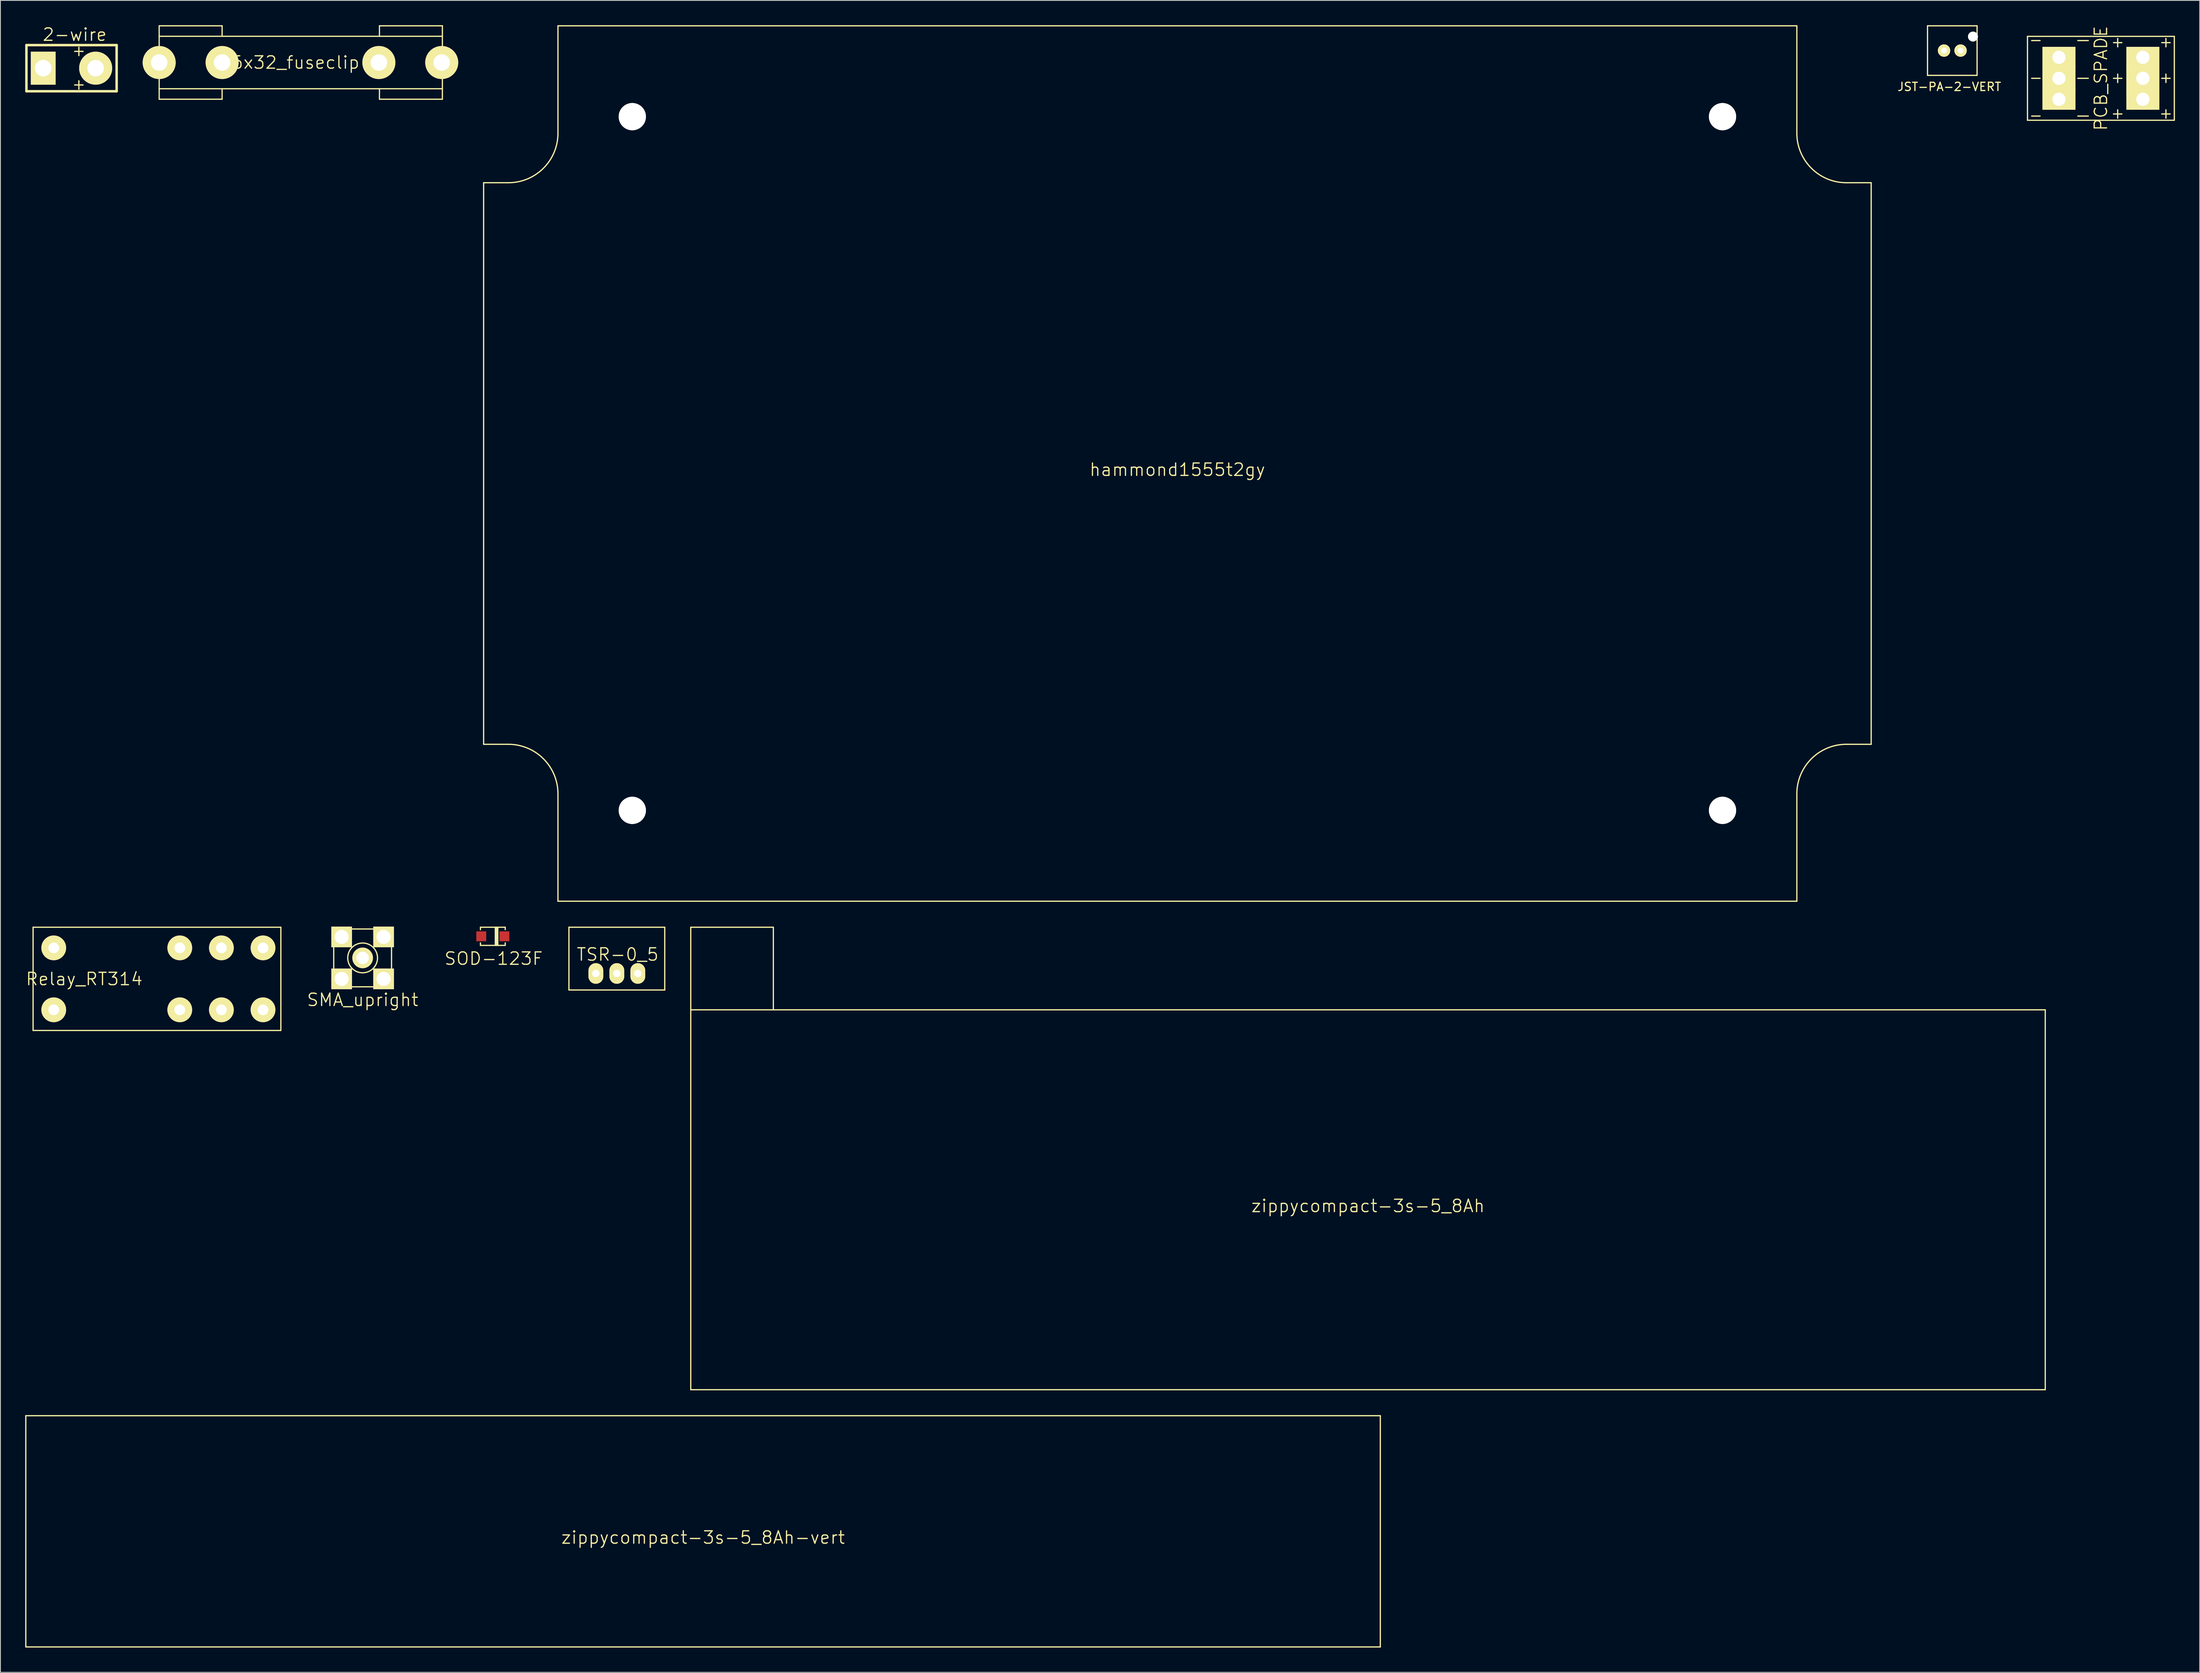
<source format=kicad_pcb>
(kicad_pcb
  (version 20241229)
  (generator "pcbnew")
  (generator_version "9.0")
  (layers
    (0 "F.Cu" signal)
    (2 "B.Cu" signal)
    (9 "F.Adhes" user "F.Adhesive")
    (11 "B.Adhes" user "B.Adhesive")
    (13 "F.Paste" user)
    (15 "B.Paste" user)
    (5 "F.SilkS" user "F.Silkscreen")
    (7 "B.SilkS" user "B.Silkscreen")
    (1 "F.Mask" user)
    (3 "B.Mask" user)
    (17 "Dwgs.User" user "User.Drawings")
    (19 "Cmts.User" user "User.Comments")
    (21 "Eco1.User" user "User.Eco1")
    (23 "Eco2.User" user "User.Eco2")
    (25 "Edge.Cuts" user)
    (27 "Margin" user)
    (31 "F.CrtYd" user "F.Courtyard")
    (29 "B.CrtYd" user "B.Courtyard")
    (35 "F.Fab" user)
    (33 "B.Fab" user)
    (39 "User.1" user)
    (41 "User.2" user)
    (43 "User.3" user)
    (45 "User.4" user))
  (footprint "hammond1555t2gy"
    (layer "F.Cu")
    (at 139.507 53.075)
    (property "Reference" "hammond1555t2gy" (at 0 0.75 0) (layer "F.SilkS") (effects (font (size 1.5 1.5) (thickness 0.15))))
    (attr through_hole)
    (fp_line (start -84 -34) (end -84 34) (stroke (width 0.15) (type solid)) (layer "F.SilkS"))
    (fp_line (start -84 34) (end -81 34) (stroke (width 0.15) (type solid)) (layer "F.SilkS"))
    (fp_line (start -81 -34) (end -84 -34) (stroke (width 0.15) (type solid)) (layer "F.SilkS"))
    (fp_line (start -75 -53) (end -75 -40) (stroke (width 0.15) (type solid)) (layer "F.SilkS"))
    (fp_line (start -75 40) (end -75 53) (stroke (width 0.15) (type solid)) (layer "F.SilkS"))
    (fp_line (start -75 53) (end 75 53) (stroke (width 0.15) (type solid)) (layer "F.SilkS"))
    (fp_line (start 75 -53) (end -75 -53) (stroke (width 0.15) (type solid)) (layer "F.SilkS"))
    (fp_line (start 75 -40) (end 75 -53) (stroke (width 0.15) (type solid)) (layer "F.SilkS"))
    (fp_line (start 75 40) (end 75 53) (stroke (width 0.15) (type solid)) (layer "F.SilkS"))
    (fp_line (start 81 -34) (end 84 -34) (stroke (width 0.15) (type solid)) (layer "F.SilkS"))
    (fp_line (start 81 34) (end 84 34) (stroke (width 0.15) (type solid)) (layer "F.SilkS"))
    (fp_line (start 84 34) (end 84 -34) (stroke (width 0.15) (type solid)) (layer "F.SilkS"))
    (fp_arc (start -81 34) (mid -76.757359 35.757359) (end -75 40) (stroke (width 0.15) (type solid)) (layer "F.SilkS"))
    (fp_arc (start -75 -40) (mid -76.757359 -35.757359) (end -81 -34) (stroke (width 0.15) (type solid)) (layer "F.SilkS"))
    (fp_arc (start 75 40) (mid 76.757359 35.757359) (end 81 34) (stroke (width 0.15) (type solid)) (layer "F.SilkS"))
    (fp_arc (start 81 -34) (mid 76.757359 -35.757359) (end 75 -40) (stroke (width 0.15) (type solid)) (layer "F.SilkS"))
    (pad "" np_thru_hole circle (at -66 -42) (size 3.3 3.3) (drill 3.3) (layers "*.Cu" "*.Mask" "F.SilkS"))
    (pad "" np_thru_hole circle (at -66 42) (size 3.3 3.3) (drill 3.3) (layers "*.Cu" "*.Mask" "F.SilkS"))
    (pad "" np_thru_hole circle (at 66 -42) (size 3.3 3.3) (drill 3.3) (layers "*.Cu" "*.Mask" "F.SilkS"))
    (pad "" np_thru_hole circle (at 66 42) (size 3.3 3.3) (drill 3.3) (layers "*.Cu" "*.Mask" "F.SilkS")))
  (footprint "SOD-123F"
    (layer "F.Cu")
    (at 56.621 110.325)
    (property "Reference" "SOD-123F" (at 0.1 2.7 0) (layer "F.SilkS") (effects (font (size 1.5 1.5) (thickness 0.15))))
    (attr through_hole)
    (fp_line (start -1.5 -1.1) (end 0 -1.1) (stroke (width 0.15) (type solid)) (layer "F.SilkS"))
    (fp_line (start -1.5 -0.8) (end -1.5 -1.1) (stroke (width 0.15) (type solid)) (layer "F.SilkS"))
    (fp_line (start -1.5 1.1) (end -1.5 0.8) (stroke (width 0.15) (type solid)) (layer "F.SilkS"))
    (fp_line (start 0 -1.1) (end 1.5 -1.1) (stroke (width 0.15) (type solid)) (layer "F.SilkS"))
    (fp_line (start 0.3 1.1) (end 0.3 -1.1) (stroke (width 0.15) (type solid)) (layer "F.SilkS"))
    (fp_line (start 0.4 -1.1) (end 0.4 1.1) (stroke (width 0.15) (type solid)) (layer "F.SilkS"))
    (fp_line (start 0.5 1.1) (end 0.5 -1.1) (stroke (width 0.15) (type solid)) (layer "F.SilkS"))
    (fp_line (start 0.6 -1.1) (end 0.6 1.1) (stroke (width 0.15) (type solid)) (layer "F.SilkS"))
    (fp_line (start 1.5 -1.1) (end 1.5 -0.8) (stroke (width 0.15) (type solid)) (layer "F.SilkS"))
    (fp_line (start 1.5 0.8) (end 1.5 1.1) (stroke (width 0.15) (type solid)) (layer "F.SilkS"))
    (fp_line (start 1.5 1.1) (end -1.5 1.1) (stroke (width 0.15) (type solid)) (layer "F.SilkS"))
    (pad "1" smd rect (at 1.4 0) (size 1.2 1.2) (layers "F.Cu" "F.Mask" "F.Paste"))
    (pad "2" smd rect (at -1.4 0) (size 1.2 1.2) (layers "F.Cu" "F.Mask" "F.Paste")))
  (footprint "zippycompact-3s-5_8Ah-vert"
    (layer "F.Cu")
    (at 82.075 182.375)
    (property "Reference" "zippycompact-3s-5_8Ah-vert" (at 0 0.75 0) (layer "F.SilkS") (effects (font (size 1.5 1.5) (thickness 0.15))))
    (attr through_hole)
    (fp_line (start -82 -14) (end 82 -14) (stroke (width 0.15) (type solid)) (layer "F.SilkS"))
    (fp_line (start -82 14) (end -82 -14) (stroke (width 0.15) (type solid)) (layer "F.SilkS"))
    (fp_line (start 82 -14) (end 82 14) (stroke (width 0.15) (type solid)) (layer "F.SilkS"))
    (fp_line (start 82 14) (end -82 14) (stroke (width 0.15) (type solid)) (layer "F.SilkS")))
  (footprint "zippycompact-3s-5_8Ah"
    (layer "F.Cu")
    (at 162.585 142.225)
    (property "Reference" "zippycompact-3s-5_8Ah" (at 0 0.75 0) (layer "F.SilkS") (effects (font (size 1.5 1.5) (thickness 0.15))))
    (attr through_hole)
    (fp_line (start -82 -33) (end -72 -33) (stroke (width 0.15) (type solid)) (layer "F.SilkS"))
    (fp_line (start -82 -23) (end -82 -33) (stroke (width 0.15) (type solid)) (layer "F.SilkS"))
    (fp_line (start -82 -23) (end 82 -23) (stroke (width 0.15) (type solid)) (layer "F.SilkS"))
    (fp_line (start -82 23) (end -82 -23) (stroke (width 0.15) (type solid)) (layer "F.SilkS"))
    (fp_line (start -72 -33) (end -72 -23) (stroke (width 0.15) (type solid)) (layer "F.SilkS"))
    (fp_line (start 82 -23) (end 82 23) (stroke (width 0.15) (type solid)) (layer "F.SilkS"))
    (fp_line (start 82 23) (end -82 23) (stroke (width 0.15) (type solid)) (layer "F.SilkS")))
  (footprint "SMA_upright"
    (layer "F.Cu")
    (at 40.856 112.94)
    (property "Reference" "SMA_upright" (at 0 5.08 0) (layer "F.SilkS") (effects (font (size 1.5 1.5) (thickness 0.15))))
    (attr through_hole)
    (fp_line (start -3.5 -1.25) (end -3.5 1.25) (stroke (width 0.15) (type solid)) (layer "F.SilkS"))
    (fp_line (start -1.25 -3.5) (end 1.25 -3.5) (stroke (width 0.15) (type solid)) (layer "F.SilkS"))
    (fp_line (start -1.25 3.5) (end 1.25 3.5) (stroke (width 0.15) (type solid)) (layer "F.SilkS"))
    (fp_line (start 3.5 1.25) (end 3.5 -1.25) (stroke (width 0.15) (type solid)) (layer "F.SilkS"))
    (fp_circle (center 0 0) (end 1.5 -1) (stroke (width 0.15) (type solid)) (fill no) (layer "F.SilkS"))
    (pad "1" thru_hole circle (at 0 0) (size 2.5 2.5) (drill 1.5) (layers "*.Cu" "*.Mask" "F.SilkS"))
    (pad "2" thru_hole rect (at -2.54 -2.54) (size 2.5 2.5) (drill 1.7) (layers "*.Cu" "*.Mask" "F.SilkS"))
    (pad "3" thru_hole rect (at 2.54 -2.54) (size 2.5 2.5) (drill 1.7) (layers "*.Cu" "*.Mask" "F.SilkS"))
    (pad "4" thru_hole rect (at -2.54 2.54) (size 2.5 2.5) (drill 1.7) (layers "*.Cu" "*.Mask" "F.SilkS"))
    (pad "5" thru_hole rect (at 2.54 2.54) (size 2.5 2.5) (drill 1.7) (layers "*.Cu" "*.Mask" "F.SilkS")))
  (footprint "Relay_RT314"
    (layer "F.Cu")
    (at 16.036 115.495)
    (property "Reference" "Relay_RT314" (at -8.89 0 0) (layer "F.SilkS") (effects (font (size 1.5 1.5) (thickness 0.15))))
    (attr through_hole)
    (fp_line (start -15.08 -6.27) (end 14.92 -6.27) (stroke (width 0.15) (type solid)) (layer "F.SilkS"))
    (fp_line (start -15.08 6.23) (end -15.08 -6.27) (stroke (width 0.15) (type solid)) (layer "F.SilkS"))
    (fp_line (start 14.92 -6.27) (end 14.92 6.23) (stroke (width 0.15) (type solid)) (layer "F.SilkS"))
    (fp_line (start 14.92 6.23) (end -15.08 6.23) (stroke (width 0.15) (type solid)) (layer "F.SilkS"))
    (pad "" thru_hole circle (at 2.68 -3.77) (size 3 3) (drill 1.3) (layers "*.Cu" "*.Mask" "F.SilkS"))
    (pad "" thru_hole circle (at 2.68 3.73) (size 3 3) (drill 1.3) (layers "*.Cu" "*.Mask" "F.SilkS"))
    (pad "1" thru_hole circle (at -12.58 3.73) (size 3 3) (drill 1.3) (layers "*.Cu" "*.Mask" "F.SilkS"))
    (pad "2" thru_hole circle (at -12.58 -3.77) (size 3 3) (drill 1.3) (layers "*.Cu" "*.Mask" "F.SilkS"))
    (pad "3" thru_hole circle (at 7.72 -3.77) (size 3 3) (drill 1.3) (layers "*.Cu" "*.Mask" "F.SilkS"))
    (pad "3" thru_hole circle (at 7.72 3.73) (size 3 3) (drill 1.3) (layers "*.Cu" "*.Mask" "F.SilkS"))
    (pad "4" thru_hole circle (at 12.76 -3.77) (size 3 3) (drill 1.3) (layers "*.Cu" "*.Mask" "F.SilkS"))
    (pad "4" thru_hole circle (at 12.76 3.73) (size 3 3) (drill 1.3) (layers "*.Cu" "*.Mask" "F.SilkS")))
  (footprint "PCB_SPADE"
    (layer "F.Cu")
    (at 251.321 6.432)
    (property "Reference" "PCB_SPADE" (at 0 0 90) (layer "F.SilkS") (effects (font (size 1.5 1.5) (thickness 0.15))))
    (attr through_hole)
    (fp_line (start -8.89 -5.08) (end 8.89 -5.08) (stroke (width 0.15) (type solid)) (layer "F.SilkS"))
    (fp_line (start -8.89 5.08) (end -8.89 -5.08) (stroke (width 0.15) (type solid)) (layer "F.SilkS"))
    (fp_line (start -8.382 -4.572) (end -7.366 -4.572) (stroke (width 0.15) (type solid)) (layer "F.SilkS"))
    (fp_line (start -8.382 0) (end -7.366 0) (stroke (width 0.15) (type solid)) (layer "F.SilkS"))
    (fp_line (start -8.382 4.572) (end -7.366 4.572) (stroke (width 0.15) (type solid)) (layer "F.SilkS"))
    (fp_line (start -2.794 -4.572) (end -1.524 -4.572) (stroke (width 0.15) (type solid)) (layer "F.SilkS"))
    (fp_line (start -2.794 0) (end -1.524 0) (stroke (width 0.15) (type solid)) (layer "F.SilkS"))
    (fp_line (start -2.794 4.572) (end -1.524 4.572) (stroke (width 0.15) (type solid)) (layer "F.SilkS"))
    (fp_line (start 1.524 -4.318) (end 2.54 -4.318) (stroke (width 0.15) (type solid)) (layer "F.SilkS"))
    (fp_line (start 1.524 0) (end 2.54 0) (stroke (width 0.15) (type solid)) (layer "F.SilkS"))
    (fp_line (start 1.524 4.318) (end 2.54 4.318) (stroke (width 0.15) (type solid)) (layer "F.SilkS"))
    (fp_line (start 2.032 -4.826) (end 2.032 -3.81) (stroke (width 0.15) (type solid)) (layer "F.SilkS"))
    (fp_line (start 2.032 -0.508) (end 2.032 0.508) (stroke (width 0.15) (type solid)) (layer "F.SilkS"))
    (fp_line (start 2.032 3.81) (end 2.032 4.826) (stroke (width 0.15) (type solid)) (layer "F.SilkS"))
    (fp_line (start 7.366 -4.318) (end 8.382 -4.318) (stroke (width 0.15) (type solid)) (layer "F.SilkS"))
    (fp_line (start 7.366 0) (end 8.382 0) (stroke (width 0.15) (type solid)) (layer "F.SilkS"))
    (fp_line (start 7.366 4.318) (end 8.382 4.318) (stroke (width 0.15) (type solid)) (layer "F.SilkS"))
    (fp_line (start 7.874 -4.826) (end 7.874 -3.81) (stroke (width 0.15) (type solid)) (layer "F.SilkS"))
    (fp_line (start 7.874 -0.508) (end 7.874 0.508) (stroke (width 0.15) (type solid)) (layer "F.SilkS"))
    (fp_line (start 7.874 3.81) (end 7.874 4.826) (stroke (width 0.15) (type solid)) (layer "F.SilkS"))
    (fp_line (start 8.89 -5.08) (end 8.89 5.08) (stroke (width 0.15) (type solid)) (layer "F.SilkS"))
    (fp_line (start 8.89 5.08) (end -8.89 5.08) (stroke (width 0.15) (type solid)) (layer "F.SilkS"))
    (pad "1" thru_hole rect (at -5.08 -2.54) (size 4 2.54) (drill 1.6) (layers "*.Cu" "*.Mask" "F.SilkS"))
    (pad "1" thru_hole rect (at -5.08 0) (size 4 3.048) (drill 1.6) (layers "*.Cu" "*.Mask" "F.SilkS"))
    (pad "1" thru_hole rect (at -5.08 2.54) (size 4 2.54) (drill 1.6) (layers "*.Cu" "*.Mask" "F.SilkS"))
    (pad "2" thru_hole rect (at 5.08 -2.54) (size 4 2.54) (drill 1.6) (layers "*.Cu" "*.Mask" "F.SilkS"))
    (pad "2" thru_hole rect (at 5.08 0) (size 4 3.048) (drill 1.6) (layers "*.Cu" "*.Mask" "F.SilkS"))
    (pad "2" thru_hole rect (at 5.08 2.54) (size 4 2.54) (drill 1.6) (layers "*.Cu" "*.Mask" "F.SilkS")))
  (footprint "6x32_fuseclip"
    (layer "F.Cu")
    (at 32.732 4.52)
    (property "Reference" "6x32_fuseclip" (at 0 0 0) (layer "F.SilkS") (effects (font (size 1.5 1.5) (thickness 0.15))))
    (attr through_hole)
    (fp_line (start -16.51 -4.445) (end -8.89 -4.445) (stroke (width 0.15) (type solid)) (layer "F.SilkS"))
    (fp_line (start -16.51 -3.175) (end -16.51 -4.445) (stroke (width 0.15) (type solid)) (layer "F.SilkS"))
    (fp_line (start -16.51 -3.175) (end 17.78 -3.175) (stroke (width 0.15) (type solid)) (layer "F.SilkS"))
    (fp_line (start -16.51 3.175) (end -16.51 -3.175) (stroke (width 0.15) (type solid)) (layer "F.SilkS"))
    (fp_line (start -16.51 3.175) (end -16.51 4.445) (stroke (width 0.15) (type solid)) (layer "F.SilkS"))
    (fp_line (start -16.51 4.445) (end -8.89 4.445) (stroke (width 0.15) (type solid)) (layer "F.SilkS"))
    (fp_line (start -8.89 -4.445) (end -8.89 -3.175) (stroke (width 0.15) (type solid)) (layer "F.SilkS"))
    (fp_line (start -8.89 4.445) (end -8.89 3.175) (stroke (width 0.15) (type solid)) (layer "F.SilkS"))
    (fp_line (start 10.16 -4.445) (end 10.16 -3.175) (stroke (width 0.15) (type solid)) (layer "F.SilkS"))
    (fp_line (start 10.16 3.175) (end 10.16 4.445) (stroke (width 0.15) (type solid)) (layer "F.SilkS"))
    (fp_line (start 10.16 4.445) (end 17.78 4.445) (stroke (width 0.15) (type solid)) (layer "F.SilkS"))
    (fp_line (start 17.78 -4.445) (end 10.16 -4.445) (stroke (width 0.15) (type solid)) (layer "F.SilkS"))
    (fp_line (start 17.78 -3.175) (end 17.78 -4.445) (stroke (width 0.15) (type solid)) (layer "F.SilkS"))
    (fp_line (start 17.78 -3.175) (end 17.78 3.175) (stroke (width 0.15) (type solid)) (layer "F.SilkS"))
    (fp_line (start 17.78 3.175) (end -16.51 3.175) (stroke (width 0.15) (type solid)) (layer "F.SilkS"))
    (fp_line (start 17.78 4.445) (end 17.78 3.175) (stroke (width 0.15) (type solid)) (layer "F.SilkS"))
    (pad "1" thru_hole circle (at -16.51 0) (size 4 4) (drill 2) (layers "*.Cu" "*.Mask" "F.SilkS"))
    (pad "1" thru_hole circle (at -8.89 0) (size 4 4) (drill 2) (layers "*.Cu" "*.Mask" "F.SilkS"))
    (pad "2" thru_hole circle (at 10.09 0) (size 4 4) (drill 2) (layers "*.Cu" "*.Mask" "F.SilkS"))
    (pad "2" thru_hole circle (at 17.7 0) (size 4 4) (drill 2) (layers "*.Cu" "*.Mask" "F.SilkS")))
  (footprint "JST-PA-2-VERT"
    (layer "F.Cu")
    (at 233.329 3.075)
    (property "Reference" "JST-PA-2-VERT" (at -0.36 4.38 0) (layer "F.SilkS") (effects (font (size 1 1) (thickness 0.15))))
    (attr through_hole)
    (fp_line (start -3 -3) (end 3 -3) (stroke (width 0.15) (type solid)) (layer "F.SilkS"))
    (fp_line (start -3 3) (end -3 -3) (stroke (width 0.15) (type solid)) (layer "F.SilkS"))
    (fp_line (start 3 -3) (end 3 3) (stroke (width 0.15) (type solid)) (layer "F.SilkS"))
    (fp_line (start 3 3) (end -3 3) (stroke (width 0.15) (type solid)) (layer "F.SilkS"))
    (pad "" np_thru_hole circle (at 2.5 -1.7) (size 1.2 1.2) (drill 1.2) (layers "*.Cu" "*.Mask" "F.SilkS"))
    (pad "1" thru_hole circle (at -1 0) (size 1.5 1.5) (drill 0.7) (layers "*.Cu" "*.Mask" "F.SilkS"))
    (pad "2" thru_hole circle (at 1 0) (size 1.5 1.5) (drill 0.7) (layers "*.Cu" "*.Mask" "F.SilkS")))
  (footprint "TSR-0_5"
    (layer "F.Cu")
    (at 71.635 114.825)
    (property "Reference" "TSR-0_5" (at 0.1 -2.3 0) (layer "F.SilkS") (effects (font (size 1.5 1.5) (thickness 0.15))))
    (attr through_hole)
    (fp_line (start -5.8 -5.6) (end -5.8 2) (stroke (width 0.15) (type solid)) (layer "F.SilkS"))
    (fp_line (start -5.8 -5.6) (end 5.8 -5.6) (stroke (width 0.15) (type solid)) (layer "F.SilkS"))
    (fp_line (start -5.8 2) (end 5.8 2) (stroke (width 0.15) (type solid)) (layer "F.SilkS"))
    (fp_line (start 5.8 -5.6) (end 5.8 2) (stroke (width 0.15) (type solid)) (layer "F.SilkS"))
    (pad "1" thru_hole oval (at -2.54 0) (size 1.8 2.5) (drill 0.9) (layers "*.Cu" "*.Mask" "F.SilkS"))
    (pad "2" thru_hole oval (at 0 0) (size 1.8 2.5) (drill 0.9) (layers "*.Cu" "*.Mask" "F.SilkS"))
    (pad "3" thru_hole oval (at 2.54 0) (size 1.8 2.5) (drill 0.9) (layers "*.Cu" "*.Mask" "F.SilkS")))
  (footprint "2-wire"
    (layer "F.Cu")
    (at 4.976 5.205)
    (property "Reference" "2-wire" (at 1.016 -4.064 0) (layer "F.SilkS") (effects (font (size 1.5 1.5) (thickness 0.15))))
    (attr through_hole)
    (fp_line (start -4.826 -2.794) (end 6.096 -2.794) (stroke (width 0.3) (type solid)) (layer "F.SilkS"))
    (fp_line (start -4.826 2.794) (end -4.826 -2.794) (stroke (width 0.3) (type solid)) (layer "F.SilkS"))
    (fp_line (start -4.826 2.794) (end 6.096 2.794) (stroke (width 0.3) (type solid)) (layer "F.SilkS"))
    (fp_line (start 1.016 -2.032) (end 2.032 -2.032) (stroke (width 0.15) (type solid)) (layer "F.SilkS"))
    (fp_line (start 1.016 2.032) (end 2.032 2.032) (stroke (width 0.15) (type solid)) (layer "F.SilkS"))
    (fp_line (start 1.524 -1.524) (end 1.524 -2.54) (stroke (width 0.15) (type solid)) (layer "F.SilkS"))
    (fp_line (start 1.524 1.524) (end 1.524 2.54) (stroke (width 0.15) (type solid)) (layer "F.SilkS"))
    (fp_line (start 6.096 -2.794) (end 6.096 2.794) (stroke (width 0.3) (type solid)) (layer "F.SilkS"))
    (pad "1" thru_hole rect (at -2.794 0) (size 3 4) (drill 2) (layers "*.Cu" "*.Mask" "F.SilkS"))
    (pad "2" thru_hole circle (at 3.556 0) (size 4 4) (drill 2) (layers "*.Cu" "*.Mask" "F.SilkS")))
  (gr_rect
    (start -3 -3)
    (end 263.286 199.45)
    (stroke (width 0.1) (type default))
    (fill no)
    (layer "Edge.Cuts")))
</source>
